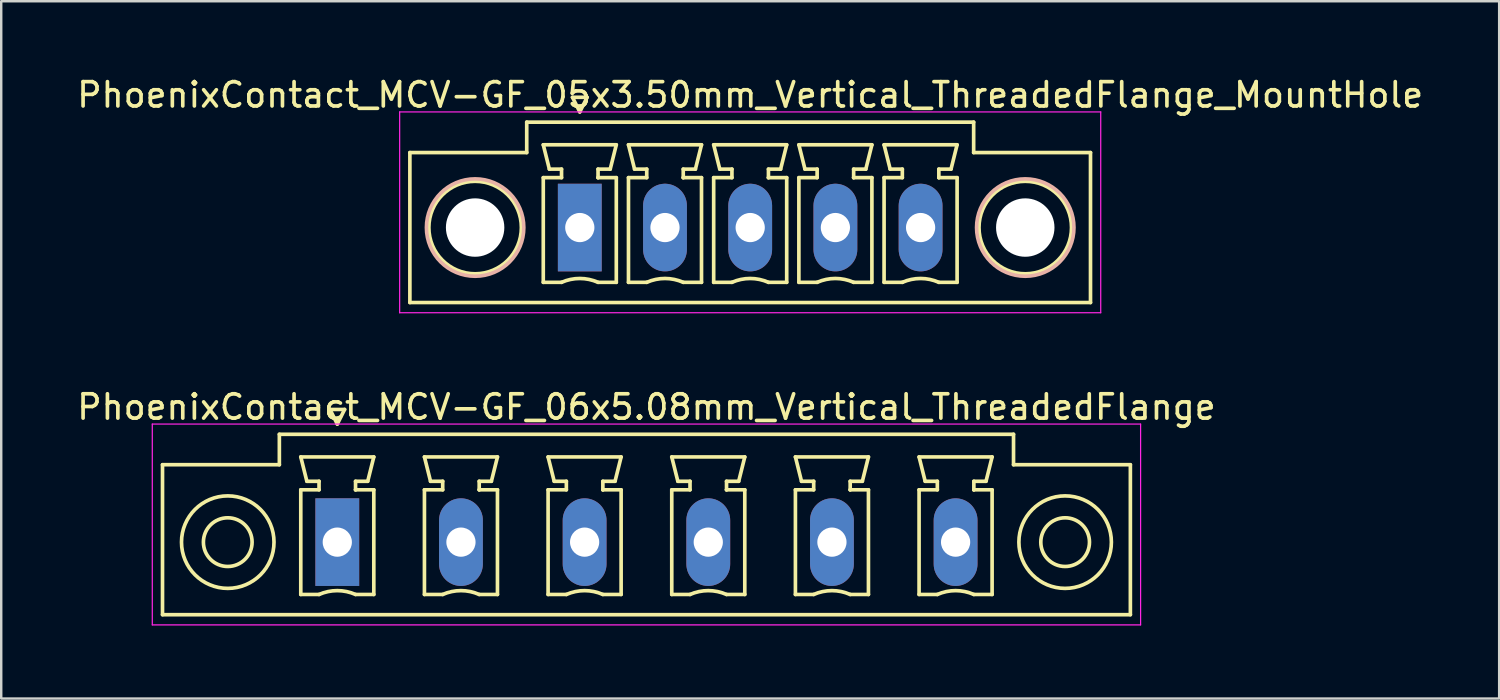
<source format=kicad_pcb>
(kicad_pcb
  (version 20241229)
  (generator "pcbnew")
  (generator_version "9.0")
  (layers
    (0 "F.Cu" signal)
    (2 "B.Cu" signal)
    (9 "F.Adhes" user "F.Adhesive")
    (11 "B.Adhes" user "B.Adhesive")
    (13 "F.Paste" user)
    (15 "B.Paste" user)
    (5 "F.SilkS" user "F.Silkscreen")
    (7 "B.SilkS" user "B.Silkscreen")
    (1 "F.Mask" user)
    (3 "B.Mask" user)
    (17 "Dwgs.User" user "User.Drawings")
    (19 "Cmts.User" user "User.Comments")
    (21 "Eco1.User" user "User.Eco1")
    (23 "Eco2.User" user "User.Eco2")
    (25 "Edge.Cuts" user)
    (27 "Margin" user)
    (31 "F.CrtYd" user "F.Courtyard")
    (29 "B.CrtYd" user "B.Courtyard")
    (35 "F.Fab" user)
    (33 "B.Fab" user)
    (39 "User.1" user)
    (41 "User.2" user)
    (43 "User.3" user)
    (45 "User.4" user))
  (footprint "PhoenixContact_MCV-GF_05x3.50mm_Vertical_ThreadedFlange_MountHole"
    (layer "F.Cu")
    (at 20.768 6.298)
    (property "Reference" "PhoenixContact_MCV-GF_05x3.50mm_Vertical_ThreadedFlange_MountHole" (at 7 -5.45 0) (layer "F.SilkS") (effects (font (size 1 1) (thickness 0.15))))
    (attr through_hole)
    (fp_line (start -6.98 -3.08) (end -6.98 3.08) (stroke (width 0.15) (type solid)) (layer "F.SilkS"))
    (fp_line (start -6.98 3.08) (end 20.98 3.08) (stroke (width 0.15) (type solid)) (layer "F.SilkS"))
    (fp_line (start -2.18 -4.33) (end -2.18 -3.08) (stroke (width 0.15) (type solid)) (layer "F.SilkS"))
    (fp_line (start -2.18 -3.08) (end -6.98 -3.08) (stroke (width 0.15) (type solid)) (layer "F.SilkS"))
    (fp_line (start -1.5 -3.4) (end 1.5 -3.4) (stroke (width 0.15) (type solid)) (layer "F.SilkS"))
    (fp_line (start -1.5 -2.05) (end -0.75 -2.05) (stroke (width 0.15) (type solid)) (layer "F.SilkS"))
    (fp_line (start -1.5 2.25) (end -1.5 -2.05) (stroke (width 0.15) (type solid)) (layer "F.SilkS"))
    (fp_line (start -1.25 -2.4) (end -1.5 -3.4) (stroke (width 0.15) (type solid)) (layer "F.SilkS"))
    (fp_line (start -0.75 -2.4) (end -1.25 -2.4) (stroke (width 0.15) (type solid)) (layer "F.SilkS"))
    (fp_line (start -0.75 -2.05) (end -0.75 -2.4) (stroke (width 0.15) (type solid)) (layer "F.SilkS"))
    (fp_line (start -0.75 2.25) (end -1.5 2.25) (stroke (width 0.15) (type solid)) (layer "F.SilkS"))
    (fp_line (start -0.3 -5.35) (end 0 -4.75) (stroke (width 0.15) (type solid)) (layer "F.SilkS"))
    (fp_line (start 0 -4.75) (end 0.3 -5.35) (stroke (width 0.15) (type solid)) (layer "F.SilkS"))
    (fp_line (start 0.3 -5.35) (end -0.3 -5.35) (stroke (width 0.15) (type solid)) (layer "F.SilkS"))
    (fp_line (start 0.75 -2.4) (end 0.75 -2.05) (stroke (width 0.15) (type solid)) (layer "F.SilkS"))
    (fp_line (start 0.75 -2.05) (end 0.75 -2.05) (stroke (width 0.15) (type solid)) (layer "F.SilkS"))
    (fp_line (start 0.75 -2.05) (end 1.5 -2.05) (stroke (width 0.15) (type solid)) (layer "F.SilkS"))
    (fp_line (start 1.25 -2.4) (end 0.75 -2.4) (stroke (width 0.15) (type solid)) (layer "F.SilkS"))
    (fp_line (start 1.5 -3.4) (end 1.25 -2.4) (stroke (width 0.15) (type solid)) (layer "F.SilkS"))
    (fp_line (start 1.5 -2.05) (end 1.5 2.25) (stroke (width 0.15) (type solid)) (layer "F.SilkS"))
    (fp_line (start 1.5 2.25) (end 0.75 2.25) (stroke (width 0.15) (type solid)) (layer "F.SilkS"))
    (fp_line (start 2 -3.4) (end 5 -3.4) (stroke (width 0.15) (type solid)) (layer "F.SilkS"))
    (fp_line (start 2 -2.05) (end 2.75 -2.05) (stroke (width 0.15) (type solid)) (layer "F.SilkS"))
    (fp_line (start 2 2.25) (end 2 -2.05) (stroke (width 0.15) (type solid)) (layer "F.SilkS"))
    (fp_line (start 2.25 -2.4) (end 2 -3.4) (stroke (width 0.15) (type solid)) (layer "F.SilkS"))
    (fp_line (start 2.75 -2.4) (end 2.25 -2.4) (stroke (width 0.15) (type solid)) (layer "F.SilkS"))
    (fp_line (start 2.75 -2.05) (end 2.75 -2.4) (stroke (width 0.15) (type solid)) (layer "F.SilkS"))
    (fp_line (start 2.75 2.25) (end 2 2.25) (stroke (width 0.15) (type solid)) (layer "F.SilkS"))
    (fp_line (start 4.25 -2.4) (end 4.25 -2.05) (stroke (width 0.15) (type solid)) (layer "F.SilkS"))
    (fp_line (start 4.25 -2.05) (end 4.25 -2.05) (stroke (width 0.15) (type solid)) (layer "F.SilkS"))
    (fp_line (start 4.25 -2.05) (end 5 -2.05) (stroke (width 0.15) (type solid)) (layer "F.SilkS"))
    (fp_line (start 4.75 -2.4) (end 4.25 -2.4) (stroke (width 0.15) (type solid)) (layer "F.SilkS"))
    (fp_line (start 5 -3.4) (end 4.75 -2.4) (stroke (width 0.15) (type solid)) (layer "F.SilkS"))
    (fp_line (start 5 -2.05) (end 5 2.25) (stroke (width 0.15) (type solid)) (layer "F.SilkS"))
    (fp_line (start 5 2.25) (end 4.25 2.25) (stroke (width 0.15) (type solid)) (layer "F.SilkS"))
    (fp_line (start 5.5 -3.4) (end 8.5 -3.4) (stroke (width 0.15) (type solid)) (layer "F.SilkS"))
    (fp_line (start 5.5 -2.05) (end 6.25 -2.05) (stroke (width 0.15) (type solid)) (layer "F.SilkS"))
    (fp_line (start 5.5 2.25) (end 5.5 -2.05) (stroke (width 0.15) (type solid)) (layer "F.SilkS"))
    (fp_line (start 5.75 -2.4) (end 5.5 -3.4) (stroke (width 0.15) (type solid)) (layer "F.SilkS"))
    (fp_line (start 6.25 -2.4) (end 5.75 -2.4) (stroke (width 0.15) (type solid)) (layer "F.SilkS"))
    (fp_line (start 6.25 -2.05) (end 6.25 -2.4) (stroke (width 0.15) (type solid)) (layer "F.SilkS"))
    (fp_line (start 6.25 2.25) (end 5.5 2.25) (stroke (width 0.15) (type solid)) (layer "F.SilkS"))
    (fp_line (start 7.75 -2.4) (end 7.75 -2.05) (stroke (width 0.15) (type solid)) (layer "F.SilkS"))
    (fp_line (start 7.75 -2.05) (end 7.75 -2.05) (stroke (width 0.15) (type solid)) (layer "F.SilkS"))
    (fp_line (start 7.75 -2.05) (end 8.5 -2.05) (stroke (width 0.15) (type solid)) (layer "F.SilkS"))
    (fp_line (start 8.25 -2.4) (end 7.75 -2.4) (stroke (width 0.15) (type solid)) (layer "F.SilkS"))
    (fp_line (start 8.5 -3.4) (end 8.25 -2.4) (stroke (width 0.15) (type solid)) (layer "F.SilkS"))
    (fp_line (start 8.5 -2.05) (end 8.5 2.25) (stroke (width 0.15) (type solid)) (layer "F.SilkS"))
    (fp_line (start 8.5 2.25) (end 7.75 2.25) (stroke (width 0.15) (type solid)) (layer "F.SilkS"))
    (fp_line (start 9 -3.4) (end 12 -3.4) (stroke (width 0.15) (type solid)) (layer "F.SilkS"))
    (fp_line (start 9 -2.05) (end 9.75 -2.05) (stroke (width 0.15) (type solid)) (layer "F.SilkS"))
    (fp_line (start 9 2.25) (end 9 -2.05) (stroke (width 0.15) (type solid)) (layer "F.SilkS"))
    (fp_line (start 9.25 -2.4) (end 9 -3.4) (stroke (width 0.15) (type solid)) (layer "F.SilkS"))
    (fp_line (start 9.75 -2.4) (end 9.25 -2.4) (stroke (width 0.15) (type solid)) (layer "F.SilkS"))
    (fp_line (start 9.75 -2.05) (end 9.75 -2.4) (stroke (width 0.15) (type solid)) (layer "F.SilkS"))
    (fp_line (start 9.75 2.25) (end 9 2.25) (stroke (width 0.15) (type solid)) (layer "F.SilkS"))
    (fp_line (start 11.25 -2.4) (end 11.25 -2.05) (stroke (width 0.15) (type solid)) (layer "F.SilkS"))
    (fp_line (start 11.25 -2.05) (end 11.25 -2.05) (stroke (width 0.15) (type solid)) (layer "F.SilkS"))
    (fp_line (start 11.25 -2.05) (end 12 -2.05) (stroke (width 0.15) (type solid)) (layer "F.SilkS"))
    (fp_line (start 11.75 -2.4) (end 11.25 -2.4) (stroke (width 0.15) (type solid)) (layer "F.SilkS"))
    (fp_line (start 12 -3.4) (end 11.75 -2.4) (stroke (width 0.15) (type solid)) (layer "F.SilkS"))
    (fp_line (start 12 -2.05) (end 12 2.25) (stroke (width 0.15) (type solid)) (layer "F.SilkS"))
    (fp_line (start 12 2.25) (end 11.25 2.25) (stroke (width 0.15) (type solid)) (layer "F.SilkS"))
    (fp_line (start 12.5 -3.4) (end 15.5 -3.4) (stroke (width 0.15) (type solid)) (layer "F.SilkS"))
    (fp_line (start 12.5 -2.05) (end 13.25 -2.05) (stroke (width 0.15) (type solid)) (layer "F.SilkS"))
    (fp_line (start 12.5 2.25) (end 12.5 -2.05) (stroke (width 0.15) (type solid)) (layer "F.SilkS"))
    (fp_line (start 12.75 -2.4) (end 12.5 -3.4) (stroke (width 0.15) (type solid)) (layer "F.SilkS"))
    (fp_line (start 13.25 -2.4) (end 12.75 -2.4) (stroke (width 0.15) (type solid)) (layer "F.SilkS"))
    (fp_line (start 13.25 -2.05) (end 13.25 -2.4) (stroke (width 0.15) (type solid)) (layer "F.SilkS"))
    (fp_line (start 13.25 2.25) (end 12.5 2.25) (stroke (width 0.15) (type solid)) (layer "F.SilkS"))
    (fp_line (start 14.75 -2.4) (end 14.75 -2.05) (stroke (width 0.15) (type solid)) (layer "F.SilkS"))
    (fp_line (start 14.75 -2.05) (end 14.75 -2.05) (stroke (width 0.15) (type solid)) (layer "F.SilkS"))
    (fp_line (start 14.75 -2.05) (end 15.5 -2.05) (stroke (width 0.15) (type solid)) (layer "F.SilkS"))
    (fp_line (start 15.25 -2.4) (end 14.75 -2.4) (stroke (width 0.15) (type solid)) (layer "F.SilkS"))
    (fp_line (start 15.5 -3.4) (end 15.25 -2.4) (stroke (width 0.15) (type solid)) (layer "F.SilkS"))
    (fp_line (start 15.5 -2.05) (end 15.5 2.25) (stroke (width 0.15) (type solid)) (layer "F.SilkS"))
    (fp_line (start 15.5 2.25) (end 14.75 2.25) (stroke (width 0.15) (type solid)) (layer "F.SilkS"))
    (fp_line (start 16.18 -4.33) (end -2.18 -4.33) (stroke (width 0.15) (type solid)) (layer "F.SilkS"))
    (fp_line (start 16.18 -3.08) (end 16.18 -4.33) (stroke (width 0.15) (type solid)) (layer "F.SilkS"))
    (fp_line (start 20.98 -3.08) (end 16.18 -3.08) (stroke (width 0.15) (type solid)) (layer "F.SilkS"))
    (fp_line (start 20.98 3.08) (end 20.98 -3.08) (stroke (width 0.15) (type solid)) (layer "F.SilkS"))
    (fp_arc (start -0.75 2.25) (mid -0.000193 2.09191) (end 0.749647 2.249844) (stroke (width 0.15) (type solid)) (layer "F.SilkS"))
    (fp_arc (start 2.75 2.25) (mid 3.499807 2.09191) (end 4.249647 2.249844) (stroke (width 0.15) (type solid)) (layer "F.SilkS"))
    (fp_arc (start 6.25 2.25) (mid 6.999807 2.09191) (end 7.749647 2.249844) (stroke (width 0.15) (type solid)) (layer "F.SilkS"))
    (fp_arc (start 9.75 2.25) (mid 10.499807 2.09191) (end 11.249647 2.249844) (stroke (width 0.15) (type solid)) (layer "F.SilkS"))
    (fp_arc (start 13.25 2.25) (mid 13.999807 2.09191) (end 14.749647 2.249844) (stroke (width 0.15) (type solid)) (layer "F.SilkS"))
    (fp_circle (center -4.3 0) (end -2.4 0) (stroke (width 0.15) (type solid)) (fill no) (layer "F.SilkS"))
    (fp_circle (center 18.3 0) (end 20.2 0) (stroke (width 0.15) (type solid)) (fill no) (layer "F.SilkS"))
    (fp_circle (center -4.3 0) (end -2.3 0) (stroke (width 0.15) (type solid)) (fill no) (layer "B.SilkS"))
    (fp_circle (center 18.3 0) (end 20.3 0) (stroke (width 0.15) (type solid)) (fill no) (layer "B.SilkS"))
    (fp_line (start -7.4 -4.75) (end -7.4 3.5) (stroke (width 0.05) (type solid)) (layer "F.CrtYd"))
    (fp_line (start -7.4 3.5) (end 21.4 3.5) (stroke (width 0.05) (type solid)) (layer "F.CrtYd"))
    (fp_line (start 21.4 -4.75) (end -7.4 -4.75) (stroke (width 0.05) (type solid)) (layer "F.CrtYd"))
    (fp_line (start 21.4 3.5) (end 21.4 -4.75) (stroke (width 0.05) (type solid)) (layer "F.CrtYd"))
    (pad "" np_thru_hole circle (at -4.3 0) (size 2.4 2.4) (drill 2.4) (layers "*.Cu" "*.Mask"))
    (pad "" np_thru_hole circle (at 18.3 0) (size 2.4 2.4) (drill 2.4) (layers "*.Cu" "*.Mask"))
    (pad "1" thru_hole rect (at 0 0) (size 1.8 3.6) (drill 1.2) (layers "*.Cu" "*.Mask"))
    (pad "2" thru_hole oval (at 3.5 0) (size 1.8 3.6) (drill 1.2) (layers "*.Cu" "*.Mask"))
    (pad "3" thru_hole oval (at 7 0) (size 1.8 3.6) (drill 1.2) (layers "*.Cu" "*.Mask"))
    (pad "4" thru_hole oval (at 10.5 0) (size 1.8 3.6) (drill 1.2) (layers "*.Cu" "*.Mask"))
    (pad "5" thru_hole oval (at 14 0) (size 1.8 3.6) (drill 1.2) (layers "*.Cu" "*.Mask")))
  (footprint "PhoenixContact_MCV-GF_06x5.08mm_Vertical_ThreadedFlange"
    (layer "F.Cu")
    (at 10.806 19.221)
    (property "Reference" "PhoenixContact_MCV-GF_06x5.08mm_Vertical_ThreadedFlange" (at 12.7 -5.55 0) (layer "F.SilkS") (effects (font (size 1 1) (thickness 0.15))))
    (attr through_hole)
    (fp_line (start -7.18 -3.18) (end -7.18 2.98) (stroke (width 0.15) (type solid)) (layer "F.SilkS"))
    (fp_line (start -7.18 2.98) (end 32.58 2.98) (stroke (width 0.15) (type solid)) (layer "F.SilkS"))
    (fp_line (start -2.38 -4.43) (end -2.38 -3.18) (stroke (width 0.15) (type solid)) (layer "F.SilkS"))
    (fp_line (start -2.38 -3.18) (end -7.18 -3.18) (stroke (width 0.15) (type solid)) (layer "F.SilkS"))
    (fp_line (start -1.5 -3.5) (end 1.5 -3.5) (stroke (width 0.15) (type solid)) (layer "F.SilkS"))
    (fp_line (start -1.5 -2.15) (end -0.75 -2.15) (stroke (width 0.15) (type solid)) (layer "F.SilkS"))
    (fp_line (start -1.5 2.15) (end -1.5 -2.15) (stroke (width 0.15) (type solid)) (layer "F.SilkS"))
    (fp_line (start -1.25 -2.5) (end -1.5 -3.5) (stroke (width 0.15) (type solid)) (layer "F.SilkS"))
    (fp_line (start -0.75 -2.5) (end -1.25 -2.5) (stroke (width 0.15) (type solid)) (layer "F.SilkS"))
    (fp_line (start -0.75 -2.15) (end -0.75 -2.5) (stroke (width 0.15) (type solid)) (layer "F.SilkS"))
    (fp_line (start -0.75 2.15) (end -1.5 2.15) (stroke (width 0.15) (type solid)) (layer "F.SilkS"))
    (fp_line (start -0.3 -5.45) (end 0 -4.85) (stroke (width 0.15) (type solid)) (layer "F.SilkS"))
    (fp_line (start 0 -4.85) (end 0.3 -5.45) (stroke (width 0.15) (type solid)) (layer "F.SilkS"))
    (fp_line (start 0.3 -5.45) (end -0.3 -5.45) (stroke (width 0.15) (type solid)) (layer "F.SilkS"))
    (fp_line (start 0.75 -2.5) (end 0.75 -2.15) (stroke (width 0.15) (type solid)) (layer "F.SilkS"))
    (fp_line (start 0.75 -2.15) (end 0.75 -2.15) (stroke (width 0.15) (type solid)) (layer "F.SilkS"))
    (fp_line (start 0.75 -2.15) (end 1.5 -2.15) (stroke (width 0.15) (type solid)) (layer "F.SilkS"))
    (fp_line (start 1.25 -2.5) (end 0.75 -2.5) (stroke (width 0.15) (type solid)) (layer "F.SilkS"))
    (fp_line (start 1.5 -3.5) (end 1.25 -2.5) (stroke (width 0.15) (type solid)) (layer "F.SilkS"))
    (fp_line (start 1.5 -2.15) (end 1.5 2.15) (stroke (width 0.15) (type solid)) (layer "F.SilkS"))
    (fp_line (start 1.5 2.15) (end 0.75 2.15) (stroke (width 0.15) (type solid)) (layer "F.SilkS"))
    (fp_line (start 3.58 -3.5) (end 6.58 -3.5) (stroke (width 0.15) (type solid)) (layer "F.SilkS"))
    (fp_line (start 3.58 -2.15) (end 4.33 -2.15) (stroke (width 0.15) (type solid)) (layer "F.SilkS"))
    (fp_line (start 3.58 2.15) (end 3.58 -2.15) (stroke (width 0.15) (type solid)) (layer "F.SilkS"))
    (fp_line (start 3.83 -2.5) (end 3.58 -3.5) (stroke (width 0.15) (type solid)) (layer "F.SilkS"))
    (fp_line (start 4.33 -2.5) (end 3.83 -2.5) (stroke (width 0.15) (type solid)) (layer "F.SilkS"))
    (fp_line (start 4.33 -2.15) (end 4.33 -2.5) (stroke (width 0.15) (type solid)) (layer "F.SilkS"))
    (fp_line (start 4.33 2.15) (end 3.58 2.15) (stroke (width 0.15) (type solid)) (layer "F.SilkS"))
    (fp_line (start 5.83 -2.5) (end 5.83 -2.15) (stroke (width 0.15) (type solid)) (layer "F.SilkS"))
    (fp_line (start 5.83 -2.15) (end 5.83 -2.15) (stroke (width 0.15) (type solid)) (layer "F.SilkS"))
    (fp_line (start 5.83 -2.15) (end 6.58 -2.15) (stroke (width 0.15) (type solid)) (layer "F.SilkS"))
    (fp_line (start 6.33 -2.5) (end 5.83 -2.5) (stroke (width 0.15) (type solid)) (layer "F.SilkS"))
    (fp_line (start 6.58 -3.5) (end 6.33 -2.5) (stroke (width 0.15) (type solid)) (layer "F.SilkS"))
    (fp_line (start 6.58 -2.15) (end 6.58 2.15) (stroke (width 0.15) (type solid)) (layer "F.SilkS"))
    (fp_line (start 6.58 2.15) (end 5.83 2.15) (stroke (width 0.15) (type solid)) (layer "F.SilkS"))
    (fp_line (start 8.66 -3.5) (end 11.66 -3.5) (stroke (width 0.15) (type solid)) (layer "F.SilkS"))
    (fp_line (start 8.66 -2.15) (end 9.41 -2.15) (stroke (width 0.15) (type solid)) (layer "F.SilkS"))
    (fp_line (start 8.66 2.15) (end 8.66 -2.15) (stroke (width 0.15) (type solid)) (layer "F.SilkS"))
    (fp_line (start 8.91 -2.5) (end 8.66 -3.5) (stroke (width 0.15) (type solid)) (layer "F.SilkS"))
    (fp_line (start 9.41 -2.5) (end 8.91 -2.5) (stroke (width 0.15) (type solid)) (layer "F.SilkS"))
    (fp_line (start 9.41 -2.15) (end 9.41 -2.5) (stroke (width 0.15) (type solid)) (layer "F.SilkS"))
    (fp_line (start 9.41 2.15) (end 8.66 2.15) (stroke (width 0.15) (type solid)) (layer "F.SilkS"))
    (fp_line (start 10.91 -2.5) (end 10.91 -2.15) (stroke (width 0.15) (type solid)) (layer "F.SilkS"))
    (fp_line (start 10.91 -2.15) (end 10.91 -2.15) (stroke (width 0.15) (type solid)) (layer "F.SilkS"))
    (fp_line (start 10.91 -2.15) (end 11.66 -2.15) (stroke (width 0.15) (type solid)) (layer "F.SilkS"))
    (fp_line (start 11.41 -2.5) (end 10.91 -2.5) (stroke (width 0.15) (type solid)) (layer "F.SilkS"))
    (fp_line (start 11.66 -3.5) (end 11.41 -2.5) (stroke (width 0.15) (type solid)) (layer "F.SilkS"))
    (fp_line (start 11.66 -2.15) (end 11.66 2.15) (stroke (width 0.15) (type solid)) (layer "F.SilkS"))
    (fp_line (start 11.66 2.15) (end 10.91 2.15) (stroke (width 0.15) (type solid)) (layer "F.SilkS"))
    (fp_line (start 13.74 -3.5) (end 16.74 -3.5) (stroke (width 0.15) (type solid)) (layer "F.SilkS"))
    (fp_line (start 13.74 -2.15) (end 14.49 -2.15) (stroke (width 0.15) (type solid)) (layer "F.SilkS"))
    (fp_line (start 13.74 2.15) (end 13.74 -2.15) (stroke (width 0.15) (type solid)) (layer "F.SilkS"))
    (fp_line (start 13.99 -2.5) (end 13.74 -3.5) (stroke (width 0.15) (type solid)) (layer "F.SilkS"))
    (fp_line (start 14.49 -2.5) (end 13.99 -2.5) (stroke (width 0.15) (type solid)) (layer "F.SilkS"))
    (fp_line (start 14.49 -2.15) (end 14.49 -2.5) (stroke (width 0.15) (type solid)) (layer "F.SilkS"))
    (fp_line (start 14.49 2.15) (end 13.74 2.15) (stroke (width 0.15) (type solid)) (layer "F.SilkS"))
    (fp_line (start 15.99 -2.5) (end 15.99 -2.15) (stroke (width 0.15) (type solid)) (layer "F.SilkS"))
    (fp_line (start 15.99 -2.15) (end 15.99 -2.15) (stroke (width 0.15) (type solid)) (layer "F.SilkS"))
    (fp_line (start 15.99 -2.15) (end 16.74 -2.15) (stroke (width 0.15) (type solid)) (layer "F.SilkS"))
    (fp_line (start 16.49 -2.5) (end 15.99 -2.5) (stroke (width 0.15) (type solid)) (layer "F.SilkS"))
    (fp_line (start 16.74 -3.5) (end 16.49 -2.5) (stroke (width 0.15) (type solid)) (layer "F.SilkS"))
    (fp_line (start 16.74 -2.15) (end 16.74 2.15) (stroke (width 0.15) (type solid)) (layer "F.SilkS"))
    (fp_line (start 16.74 2.15) (end 15.99 2.15) (stroke (width 0.15) (type solid)) (layer "F.SilkS"))
    (fp_line (start 18.82 -3.5) (end 21.82 -3.5) (stroke (width 0.15) (type solid)) (layer "F.SilkS"))
    (fp_line (start 18.82 -2.15) (end 19.57 -2.15) (stroke (width 0.15) (type solid)) (layer "F.SilkS"))
    (fp_line (start 18.82 2.15) (end 18.82 -2.15) (stroke (width 0.15) (type solid)) (layer "F.SilkS"))
    (fp_line (start 19.07 -2.5) (end 18.82 -3.5) (stroke (width 0.15) (type solid)) (layer "F.SilkS"))
    (fp_line (start 19.57 -2.5) (end 19.07 -2.5) (stroke (width 0.15) (type solid)) (layer "F.SilkS"))
    (fp_line (start 19.57 -2.15) (end 19.57 -2.5) (stroke (width 0.15) (type solid)) (layer "F.SilkS"))
    (fp_line (start 19.57 2.15) (end 18.82 2.15) (stroke (width 0.15) (type solid)) (layer "F.SilkS"))
    (fp_line (start 21.07 -2.5) (end 21.07 -2.15) (stroke (width 0.15) (type solid)) (layer "F.SilkS"))
    (fp_line (start 21.07 -2.15) (end 21.07 -2.15) (stroke (width 0.15) (type solid)) (layer "F.SilkS"))
    (fp_line (start 21.07 -2.15) (end 21.82 -2.15) (stroke (width 0.15) (type solid)) (layer "F.SilkS"))
    (fp_line (start 21.57 -2.5) (end 21.07 -2.5) (stroke (width 0.15) (type solid)) (layer "F.SilkS"))
    (fp_line (start 21.82 -3.5) (end 21.57 -2.5) (stroke (width 0.15) (type solid)) (layer "F.SilkS"))
    (fp_line (start 21.82 -2.15) (end 21.82 2.15) (stroke (width 0.15) (type solid)) (layer "F.SilkS"))
    (fp_line (start 21.82 2.15) (end 21.07 2.15) (stroke (width 0.15) (type solid)) (layer "F.SilkS"))
    (fp_line (start 23.9 -3.5) (end 26.9 -3.5) (stroke (width 0.15) (type solid)) (layer "F.SilkS"))
    (fp_line (start 23.9 -2.15) (end 24.65 -2.15) (stroke (width 0.15) (type solid)) (layer "F.SilkS"))
    (fp_line (start 23.9 2.15) (end 23.9 -2.15) (stroke (width 0.15) (type solid)) (layer "F.SilkS"))
    (fp_line (start 24.15 -2.5) (end 23.9 -3.5) (stroke (width 0.15) (type solid)) (layer "F.SilkS"))
    (fp_line (start 24.65 -2.5) (end 24.15 -2.5) (stroke (width 0.15) (type solid)) (layer "F.SilkS"))
    (fp_line (start 24.65 -2.15) (end 24.65 -2.5) (stroke (width 0.15) (type solid)) (layer "F.SilkS"))
    (fp_line (start 24.65 2.15) (end 23.9 2.15) (stroke (width 0.15) (type solid)) (layer "F.SilkS"))
    (fp_line (start 26.15 -2.5) (end 26.15 -2.15) (stroke (width 0.15) (type solid)) (layer "F.SilkS"))
    (fp_line (start 26.15 -2.15) (end 26.15 -2.15) (stroke (width 0.15) (type solid)) (layer "F.SilkS"))
    (fp_line (start 26.15 -2.15) (end 26.9 -2.15) (stroke (width 0.15) (type solid)) (layer "F.SilkS"))
    (fp_line (start 26.65 -2.5) (end 26.15 -2.5) (stroke (width 0.15) (type solid)) (layer "F.SilkS"))
    (fp_line (start 26.9 -3.5) (end 26.65 -2.5) (stroke (width 0.15) (type solid)) (layer "F.SilkS"))
    (fp_line (start 26.9 -2.15) (end 26.9 2.15) (stroke (width 0.15) (type solid)) (layer "F.SilkS"))
    (fp_line (start 26.9 2.15) (end 26.15 2.15) (stroke (width 0.15) (type solid)) (layer "F.SilkS"))
    (fp_line (start 27.78 -4.43) (end -2.38 -4.43) (stroke (width 0.15) (type solid)) (layer "F.SilkS"))
    (fp_line (start 27.78 -3.18) (end 27.78 -4.43) (stroke (width 0.15) (type solid)) (layer "F.SilkS"))
    (fp_line (start 32.58 -3.18) (end 27.78 -3.18) (stroke (width 0.15) (type solid)) (layer "F.SilkS"))
    (fp_line (start 32.58 2.98) (end 32.58 -3.18) (stroke (width 0.15) (type solid)) (layer "F.SilkS"))
    (fp_arc (start -0.75 2.15) (mid -0.000193 1.99191) (end 0.749647 2.149844) (stroke (width 0.15) (type solid)) (layer "F.SilkS"))
    (fp_arc (start 4.33 2.15) (mid 5.079807 1.99191) (end 5.829647 2.149844) (stroke (width 0.15) (type solid)) (layer "F.SilkS"))
    (fp_arc (start 9.41 2.15) (mid 10.159807 1.99191) (end 10.909647 2.149844) (stroke (width 0.15) (type solid)) (layer "F.SilkS"))
    (fp_arc (start 14.49 2.15) (mid 15.239807 1.99191) (end 15.989647 2.149844) (stroke (width 0.15) (type solid)) (layer "F.SilkS"))
    (fp_arc (start 19.57 2.15) (mid 20.319807 1.99191) (end 21.069647 2.149844) (stroke (width 0.15) (type solid)) (layer "F.SilkS"))
    (fp_arc (start 24.65 2.15) (mid 25.399807 1.99191) (end 26.149647 2.149844) (stroke (width 0.15) (type solid)) (layer "F.SilkS"))
    (fp_circle (center -4.5 0) (end -3.5 0) (stroke (width 0.15) (type solid)) (fill no) (layer "F.SilkS"))
    (fp_circle (center -4.5 0) (end -2.6 0) (stroke (width 0.15) (type solid)) (fill no) (layer "F.SilkS"))
    (fp_circle (center 29.9 0) (end 30.9 0) (stroke (width 0.15) (type solid)) (fill no) (layer "F.SilkS"))
    (fp_circle (center 29.9 0) (end 31.8 0) (stroke (width 0.15) (type solid)) (fill no) (layer "F.SilkS"))
    (fp_line (start -7.6 -4.85) (end -7.6 3.4) (stroke (width 0.05) (type solid)) (layer "F.CrtYd"))
    (fp_line (start -7.6 3.4) (end 33 3.4) (stroke (width 0.05) (type solid)) (layer "F.CrtYd"))
    (fp_line (start 33 -4.85) (end -7.6 -4.85) (stroke (width 0.05) (type solid)) (layer "F.CrtYd"))
    (fp_line (start 33 3.4) (end 33 -4.85) (stroke (width 0.05) (type solid)) (layer "F.CrtYd"))
    (pad "1" thru_hole rect (at 0 0) (size 1.8 3.6) (drill 1.2) (layers "*.Cu" "*.Mask"))
    (pad "2" thru_hole oval (at 5.08 0) (size 1.8 3.6) (drill 1.2) (layers "*.Cu" "*.Mask"))
    (pad "3" thru_hole oval (at 10.16 0) (size 1.8 3.6) (drill 1.2) (layers "*.Cu" "*.Mask"))
    (pad "4" thru_hole oval (at 15.24 0) (size 1.8 3.6) (drill 1.2) (layers "*.Cu" "*.Mask"))
    (pad "5" thru_hole oval (at 20.32 0) (size 1.8 3.6) (drill 1.2) (layers "*.Cu" "*.Mask"))
    (pad "6" thru_hole oval (at 25.4 0) (size 1.8 3.6) (drill 1.2) (layers "*.Cu" "*.Mask")))
  (gr_rect
    (start -3 -3)
    (end 58.536 25.646)
    (stroke (width 0.1) (type default))
    (fill no)
    (layer "Edge.Cuts")))
</source>
